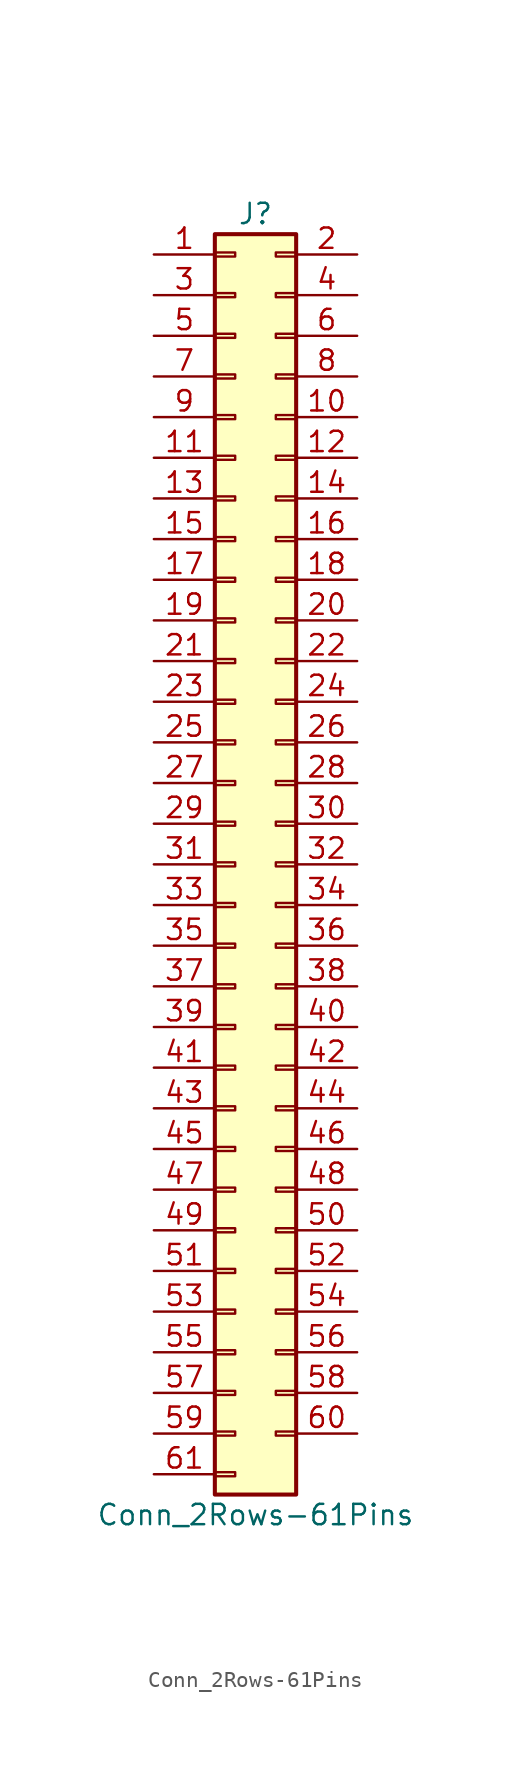
<source format=kicad_sym>
(kicad_symbol_lib
  (version 20201005)
  (generator kicad_symbol_editor)
  (symbol "Conn_2Rows-61Pins"
    (pin_names
      (offset 1.016) hide)
    (property "Reference" "J"
      (at 1.27 40.64 0)
      (effects (font (size 1.27 1.27))))
    (property "Value" "Conn_2Rows-61Pins"
      (at 1.27 -40.64 0)
      (effects (font (size 1.27 1.27))))
    (symbol "Conn_2Rows-61Pins_1_1"
      (rectangle (start -1.27 -37.973) (end 0 -38.227) (stroke (width 0.152)) (fill (type none)))
      (rectangle (start -1.27 -35.433) (end 0 -35.687) (stroke (width 0.152)) (fill (type none)))
      (rectangle (start -1.27 -32.893) (end 0 -33.147) (stroke (width 0.152)) (fill (type none)))
      (rectangle (start -1.27 -30.353) (end 0 -30.607) (stroke (width 0.152)) (fill (type none)))
      (rectangle (start -1.27 -27.813) (end 0 -28.067) (stroke (width 0.152)) (fill (type none)))
      (rectangle (start -1.27 -25.273) (end 0 -25.527) (stroke (width 0.152)) (fill (type none)))
      (rectangle (start -1.27 -22.733) (end 0 -22.987) (stroke (width 0.152)) (fill (type none)))
      (rectangle (start -1.27 -20.193) (end 0 -20.447) (stroke (width 0.152)) (fill (type none)))
      (rectangle (start -1.27 -17.653) (end 0 -17.907) (stroke (width 0.152)) (fill (type none)))
      (rectangle (start -1.27 -15.113) (end 0 -15.367) (stroke (width 0.152)) (fill (type none)))
      (rectangle (start -1.27 -12.573) (end 0 -12.827) (stroke (width 0.152)) (fill (type none)))
      (rectangle (start -1.27 -10.033) (end 0 -10.287) (stroke (width 0.152)) (fill (type none)))
      (rectangle (start -1.27 -7.493) (end 0 -7.747) (stroke (width 0.152)) (fill (type none)))
      (rectangle (start -1.27 -4.953) (end 0 -5.207) (stroke (width 0.152)) (fill (type none)))
      (rectangle (start -1.27 -2.413) (end 0 -2.667) (stroke (width 0.152)) (fill (type none)))
      (rectangle (start -1.27 0.127) (end 0 -0.127) (stroke (width 0.152)) (fill (type none)))
      (rectangle (start -1.27 2.667) (end 0 2.413) (stroke (width 0.152)) (fill (type none)))
      (rectangle (start -1.27 5.207) (end 0 4.953) (stroke (width 0.152)) (fill (type none)))
      (rectangle (start -1.27 7.747) (end 0 7.493) (stroke (width 0.152)) (fill (type none)))
      (rectangle (start -1.27 10.287) (end 0 10.033) (stroke (width 0.152)) (fill (type none)))
      (rectangle (start -1.27 12.827) (end 0 12.573) (stroke (width 0.152)) (fill (type none)))
      (rectangle (start -1.27 15.367) (end 0 15.113) (stroke (width 0.152)) (fill (type none)))
      (rectangle (start -1.27 17.907) (end 0 17.653) (stroke (width 0.152)) (fill (type none)))
      (rectangle (start -1.27 20.447) (end 0 20.193) (stroke (width 0.152)) (fill (type none)))
      (rectangle (start -1.27 22.987) (end 0 22.733) (stroke (width 0.152)) (fill (type none)))
      (rectangle (start -1.27 25.527) (end 0 25.273) (stroke (width 0.152)) (fill (type none)))
      (rectangle (start -1.27 28.067) (end 0 27.813) (stroke (width 0.152)) (fill (type none)))
      (rectangle (start -1.27 30.607) (end 0 30.353) (stroke (width 0.152)) (fill (type none)))
      (rectangle (start -1.27 33.147) (end 0 32.893) (stroke (width 0.152)) (fill (type none)))
      (rectangle (start -1.27 35.687) (end 0 35.433) (stroke (width 0.152)) (fill (type none)))
      (rectangle (start -1.27 38.227) (end 0 37.973) (stroke (width 0.152)) (fill (type none)))
      (rectangle (start -1.27 39.37) (end 3.81 -39.37) (stroke (width 0.254)) (fill (type background)))
      (rectangle (start 3.81 -35.433) (end 2.54 -35.687) (stroke (width 0.152)) (fill (type none)))
      (rectangle (start 3.81 -32.893) (end 2.54 -33.147) (stroke (width 0.152)) (fill (type none)))
      (rectangle (start 3.81 -30.353) (end 2.54 -30.607) (stroke (width 0.152)) (fill (type none)))
      (rectangle (start 3.81 -27.813) (end 2.54 -28.067) (stroke (width 0.152)) (fill (type none)))
      (rectangle (start 3.81 -25.273) (end 2.54 -25.527) (stroke (width 0.152)) (fill (type none)))
      (rectangle (start 3.81 -22.733) (end 2.54 -22.987) (stroke (width 0.152)) (fill (type none)))
      (rectangle (start 3.81 -20.193) (end 2.54 -20.447) (stroke (width 0.152)) (fill (type none)))
      (rectangle (start 3.81 -17.653) (end 2.54 -17.907) (stroke (width 0.152)) (fill (type none)))
      (rectangle (start 3.81 -15.113) (end 2.54 -15.367) (stroke (width 0.152)) (fill (type none)))
      (rectangle (start 3.81 -12.573) (end 2.54 -12.827) (stroke (width 0.152)) (fill (type none)))
      (rectangle (start 3.81 -10.033) (end 2.54 -10.287) (stroke (width 0.152)) (fill (type none)))
      (rectangle (start 3.81 -7.493) (end 2.54 -7.747) (stroke (width 0.152)) (fill (type none)))
      (rectangle (start 3.81 -4.953) (end 2.54 -5.207) (stroke (width 0.152)) (fill (type none)))
      (rectangle (start 3.81 -2.413) (end 2.54 -2.667) (stroke (width 0.152)) (fill (type none)))
      (rectangle (start 3.81 0.127) (end 2.54 -0.127) (stroke (width 0.152)) (fill (type none)))
      (rectangle (start 3.81 2.667) (end 2.54 2.413) (stroke (width 0.152)) (fill (type none)))
      (rectangle (start 3.81 5.207) (end 2.54 4.953) (stroke (width 0.152)) (fill (type none)))
      (rectangle (start 3.81 7.747) (end 2.54 7.493) (stroke (width 0.152)) (fill (type none)))
      (rectangle (start 3.81 10.287) (end 2.54 10.033) (stroke (width 0.152)) (fill (type none)))
      (rectangle (start 3.81 12.827) (end 2.54 12.573) (stroke (width 0.152)) (fill (type none)))
      (rectangle (start 3.81 15.367) (end 2.54 15.113) (stroke (width 0.152)) (fill (type none)))
      (rectangle (start 3.81 17.907) (end 2.54 17.653) (stroke (width 0.152)) (fill (type none)))
      (rectangle (start 3.81 20.447) (end 2.54 20.193) (stroke (width 0.152)) (fill (type none)))
      (rectangle (start 3.81 22.987) (end 2.54 22.733) (stroke (width 0.152)) (fill (type none)))
      (rectangle (start 3.81 25.527) (end 2.54 25.273) (stroke (width 0.152)) (fill (type none)))
      (rectangle (start 3.81 28.067) (end 2.54 27.813) (stroke (width 0.152)) (fill (type none)))
      (rectangle (start 3.81 30.607) (end 2.54 30.353) (stroke (width 0.152)) (fill (type none)))
      (rectangle (start 3.81 33.147) (end 2.54 32.893) (stroke (width 0.152)) (fill (type none)))
      (rectangle (start 3.81 35.687) (end 2.54 35.433) (stroke (width 0.152)) (fill (type none)))
      (rectangle (start 3.81 38.227) (end 2.54 37.973) (stroke (width 0.152)) (fill (type none)))
      (pin passive line (at -5.08 38.1 0) (length 3.81) (name "Pin_1" (effects (font (size 1.27 1.27)))) (number "1" (effects (font (size 1.27 1.27)))))
      (pin passive line (at 7.62 27.94 180) (length 3.81) (name "Pin_10" (effects (font (size 1.27 1.27)))) (number "10" (effects (font (size 1.27 1.27)))))
      (pin passive line (at -5.08 25.4 0) (length 3.81) (name "Pin_11" (effects (font (size 1.27 1.27)))) (number "11" (effects (font (size 1.27 1.27)))))
      (pin passive line (at 7.62 25.4 180) (length 3.81) (name "Pin_12" (effects (font (size 1.27 1.27)))) (number "12" (effects (font (size 1.27 1.27)))))
      (pin passive line (at -5.08 22.86 0) (length 3.81) (name "Pin_13" (effects (font (size 1.27 1.27)))) (number "13" (effects (font (size 1.27 1.27)))))
      (pin passive line (at 7.62 22.86 180) (length 3.81) (name "Pin_14" (effects (font (size 1.27 1.27)))) (number "14" (effects (font (size 1.27 1.27)))))
      (pin passive line (at -5.08 20.32 0) (length 3.81) (name "Pin_15" (effects (font (size 1.27 1.27)))) (number "15" (effects (font (size 1.27 1.27)))))
      (pin passive line (at 7.62 20.32 180) (length 3.81) (name "Pin_16" (effects (font (size 1.27 1.27)))) (number "16" (effects (font (size 1.27 1.27)))))
      (pin passive line (at -5.08 17.78 0) (length 3.81) (name "Pin_17" (effects (font (size 1.27 1.27)))) (number "17" (effects (font (size 1.27 1.27)))))
      (pin passive line (at 7.62 17.78 180) (length 3.81) (name "Pin_18" (effects (font (size 1.27 1.27)))) (number "18" (effects (font (size 1.27 1.27)))))
      (pin passive line (at -5.08 15.24 0) (length 3.81) (name "Pin_19" (effects (font (size 1.27 1.27)))) (number "19" (effects (font (size 1.27 1.27)))))
      (pin passive line (at 7.62 38.1 180) (length 3.81) (name "Pin_2" (effects (font (size 1.27 1.27)))) (number "2" (effects (font (size 1.27 1.27)))))
      (pin passive line (at 7.62 15.24 180) (length 3.81) (name "Pin_20" (effects (font (size 1.27 1.27)))) (number "20" (effects (font (size 1.27 1.27)))))
      (pin passive line (at -5.08 12.7 0) (length 3.81) (name "Pin_21" (effects (font (size 1.27 1.27)))) (number "21" (effects (font (size 1.27 1.27)))))
      (pin passive line (at 7.62 12.7 180) (length 3.81) (name "Pin_22" (effects (font (size 1.27 1.27)))) (number "22" (effects (font (size 1.27 1.27)))))
      (pin passive line (at -5.08 10.16 0) (length 3.81) (name "Pin_23" (effects (font (size 1.27 1.27)))) (number "23" (effects (font (size 1.27 1.27)))))
      (pin passive line (at 7.62 10.16 180) (length 3.81) (name "Pin_24" (effects (font (size 1.27 1.27)))) (number "24" (effects (font (size 1.27 1.27)))))
      (pin passive line (at -5.08 7.62 0) (length 3.81) (name "Pin_25" (effects (font (size 1.27 1.27)))) (number "25" (effects (font (size 1.27 1.27)))))
      (pin passive line (at 7.62 7.62 180) (length 3.81) (name "Pin_26" (effects (font (size 1.27 1.27)))) (number "26" (effects (font (size 1.27 1.27)))))
      (pin passive line (at -5.08 5.08 0) (length 3.81) (name "Pin_27" (effects (font (size 1.27 1.27)))) (number "27" (effects (font (size 1.27 1.27)))))
      (pin passive line (at 7.62 5.08 180) (length 3.81) (name "Pin_28" (effects (font (size 1.27 1.27)))) (number "28" (effects (font (size 1.27 1.27)))))
      (pin passive line (at -5.08 2.54 0) (length 3.81) (name "Pin_29" (effects (font (size 1.27 1.27)))) (number "29" (effects (font (size 1.27 1.27)))))
      (pin passive line (at -5.08 35.56 0) (length 3.81) (name "Pin_3" (effects (font (size 1.27 1.27)))) (number "3" (effects (font (size 1.27 1.27)))))
      (pin passive line (at 7.62 2.54 180) (length 3.81) (name "Pin_30" (effects (font (size 1.27 1.27)))) (number "30" (effects (font (size 1.27 1.27)))))
      (pin passive line (at -5.08 0 0) (length 3.81) (name "Pin_31" (effects (font (size 1.27 1.27)))) (number "31" (effects (font (size 1.27 1.27)))))
      (pin passive line (at 7.62 0 180) (length 3.81) (name "Pin_32" (effects (font (size 1.27 1.27)))) (number "32" (effects (font (size 1.27 1.27)))))
      (pin passive line (at -5.08 -2.54 0) (length 3.81) (name "Pin_33" (effects (font (size 1.27 1.27)))) (number "33" (effects (font (size 1.27 1.27)))))
      (pin passive line (at 7.62 -2.54 180) (length 3.81) (name "Pin_34" (effects (font (size 1.27 1.27)))) (number "34" (effects (font (size 1.27 1.27)))))
      (pin passive line (at -5.08 -5.08 0) (length 3.81) (name "Pin_35" (effects (font (size 1.27 1.27)))) (number "35" (effects (font (size 1.27 1.27)))))
      (pin passive line (at 7.62 -5.08 180) (length 3.81) (name "Pin_36" (effects (font (size 1.27 1.27)))) (number "36" (effects (font (size 1.27 1.27)))))
      (pin passive line (at -5.08 -7.62 0) (length 3.81) (name "Pin_37" (effects (font (size 1.27 1.27)))) (number "37" (effects (font (size 1.27 1.27)))))
      (pin passive line (at 7.62 -7.62 180) (length 3.81) (name "Pin_38" (effects (font (size 1.27 1.27)))) (number "38" (effects (font (size 1.27 1.27)))))
      (pin passive line (at -5.08 -10.16 0) (length 3.81) (name "Pin_39" (effects (font (size 1.27 1.27)))) (number "39" (effects (font (size 1.27 1.27)))))
      (pin passive line (at 7.62 35.56 180) (length 3.81) (name "Pin_4" (effects (font (size 1.27 1.27)))) (number "4" (effects (font (size 1.27 1.27)))))
      (pin passive line (at 7.62 -10.16 180) (length 3.81) (name "Pin_40" (effects (font (size 1.27 1.27)))) (number "40" (effects (font (size 1.27 1.27)))))
      (pin passive line (at -5.08 -12.7 0) (length 3.81) (name "Pin_41" (effects (font (size 1.27 1.27)))) (number "41" (effects (font (size 1.27 1.27)))))
      (pin passive line (at 7.62 -12.7 180) (length 3.81) (name "Pin_42" (effects (font (size 1.27 1.27)))) (number "42" (effects (font (size 1.27 1.27)))))
      (pin passive line (at -5.08 -15.24 0) (length 3.81) (name "Pin_43" (effects (font (size 1.27 1.27)))) (number "43" (effects (font (size 1.27 1.27)))))
      (pin passive line (at 7.62 -15.24 180) (length 3.81) (name "Pin_44" (effects (font (size 1.27 1.27)))) (number "44" (effects (font (size 1.27 1.27)))))
      (pin passive line (at -5.08 -17.78 0) (length 3.81) (name "Pin_45" (effects (font (size 1.27 1.27)))) (number "45" (effects (font (size 1.27 1.27)))))
      (pin passive line (at 7.62 -17.78 180) (length 3.81) (name "Pin_46" (effects (font (size 1.27 1.27)))) (number "46" (effects (font (size 1.27 1.27)))))
      (pin passive line (at -5.08 -20.32 0) (length 3.81) (name "Pin_47" (effects (font (size 1.27 1.27)))) (number "47" (effects (font (size 1.27 1.27)))))
      (pin passive line (at 7.62 -20.32 180) (length 3.81) (name "Pin_48" (effects (font (size 1.27 1.27)))) (number "48" (effects (font (size 1.27 1.27)))))
      (pin passive line (at -5.08 -22.86 0) (length 3.81) (name "Pin_49" (effects (font (size 1.27 1.27)))) (number "49" (effects (font (size 1.27 1.27)))))
      (pin passive line (at -5.08 33.02 0) (length 3.81) (name "Pin_5" (effects (font (size 1.27 1.27)))) (number "5" (effects (font (size 1.27 1.27)))))
      (pin passive line (at 7.62 -22.86 180) (length 3.81) (name "Pin_50" (effects (font (size 1.27 1.27)))) (number "50" (effects (font (size 1.27 1.27)))))
      (pin passive line (at -5.08 -25.4 0) (length 3.81) (name "Pin_51" (effects (font (size 1.27 1.27)))) (number "51" (effects (font (size 1.27 1.27)))))
      (pin passive line (at 7.62 -25.4 180) (length 3.81) (name "Pin_52" (effects (font (size 1.27 1.27)))) (number "52" (effects (font (size 1.27 1.27)))))
      (pin passive line (at -5.08 -27.94 0) (length 3.81) (name "Pin_53" (effects (font (size 1.27 1.27)))) (number "53" (effects (font (size 1.27 1.27)))))
      (pin passive line (at 7.62 -27.94 180) (length 3.81) (name "Pin_54" (effects (font (size 1.27 1.27)))) (number "54" (effects (font (size 1.27 1.27)))))
      (pin passive line (at -5.08 -30.48 0) (length 3.81) (name "Pin_55" (effects (font (size 1.27 1.27)))) (number "55" (effects (font (size 1.27 1.27)))))
      (pin passive line (at 7.62 -30.48 180) (length 3.81) (name "Pin_56" (effects (font (size 1.27 1.27)))) (number "56" (effects (font (size 1.27 1.27)))))
      (pin passive line (at -5.08 -33.02 0) (length 3.81) (name "Pin_57" (effects (font (size 1.27 1.27)))) (number "57" (effects (font (size 1.27 1.27)))))
      (pin passive line (at 7.62 -33.02 180) (length 3.81) (name "Pin_58" (effects (font (size 1.27 1.27)))) (number "58" (effects (font (size 1.27 1.27)))))
      (pin passive line (at -5.08 -35.56 0) (length 3.81) (name "Pin_59" (effects (font (size 1.27 1.27)))) (number "59" (effects (font (size 1.27 1.27)))))
      (pin passive line (at 7.62 33.02 180) (length 3.81) (name "Pin_6" (effects (font (size 1.27 1.27)))) (number "6" (effects (font (size 1.27 1.27)))))
      (pin passive line (at 7.62 -35.56 180) (length 3.81) (name "Pin_60" (effects (font (size 1.27 1.27)))) (number "60" (effects (font (size 1.27 1.27)))))
      (pin passive line (at -5.08 -38.1 0) (length 3.81) (name "Pin_61" (effects (font (size 1.27 1.27)))) (number "61" (effects (font (size 1.27 1.27)))))
      (pin passive line (at -5.08 30.48 0) (length 3.81) (name "Pin_7" (effects (font (size 1.27 1.27)))) (number "7" (effects (font (size 1.27 1.27)))))
      (pin passive line (at 7.62 30.48 180) (length 3.81) (name "Pin_8" (effects (font (size 1.27 1.27)))) (number "8" (effects (font (size 1.27 1.27)))))
      (pin passive line (at -5.08 27.94 0) (length 3.81) (name "Pin_9" (effects (font (size 1.27 1.27)))) (number "9" (effects (font (size 1.27 1.27))))))))
</source>
